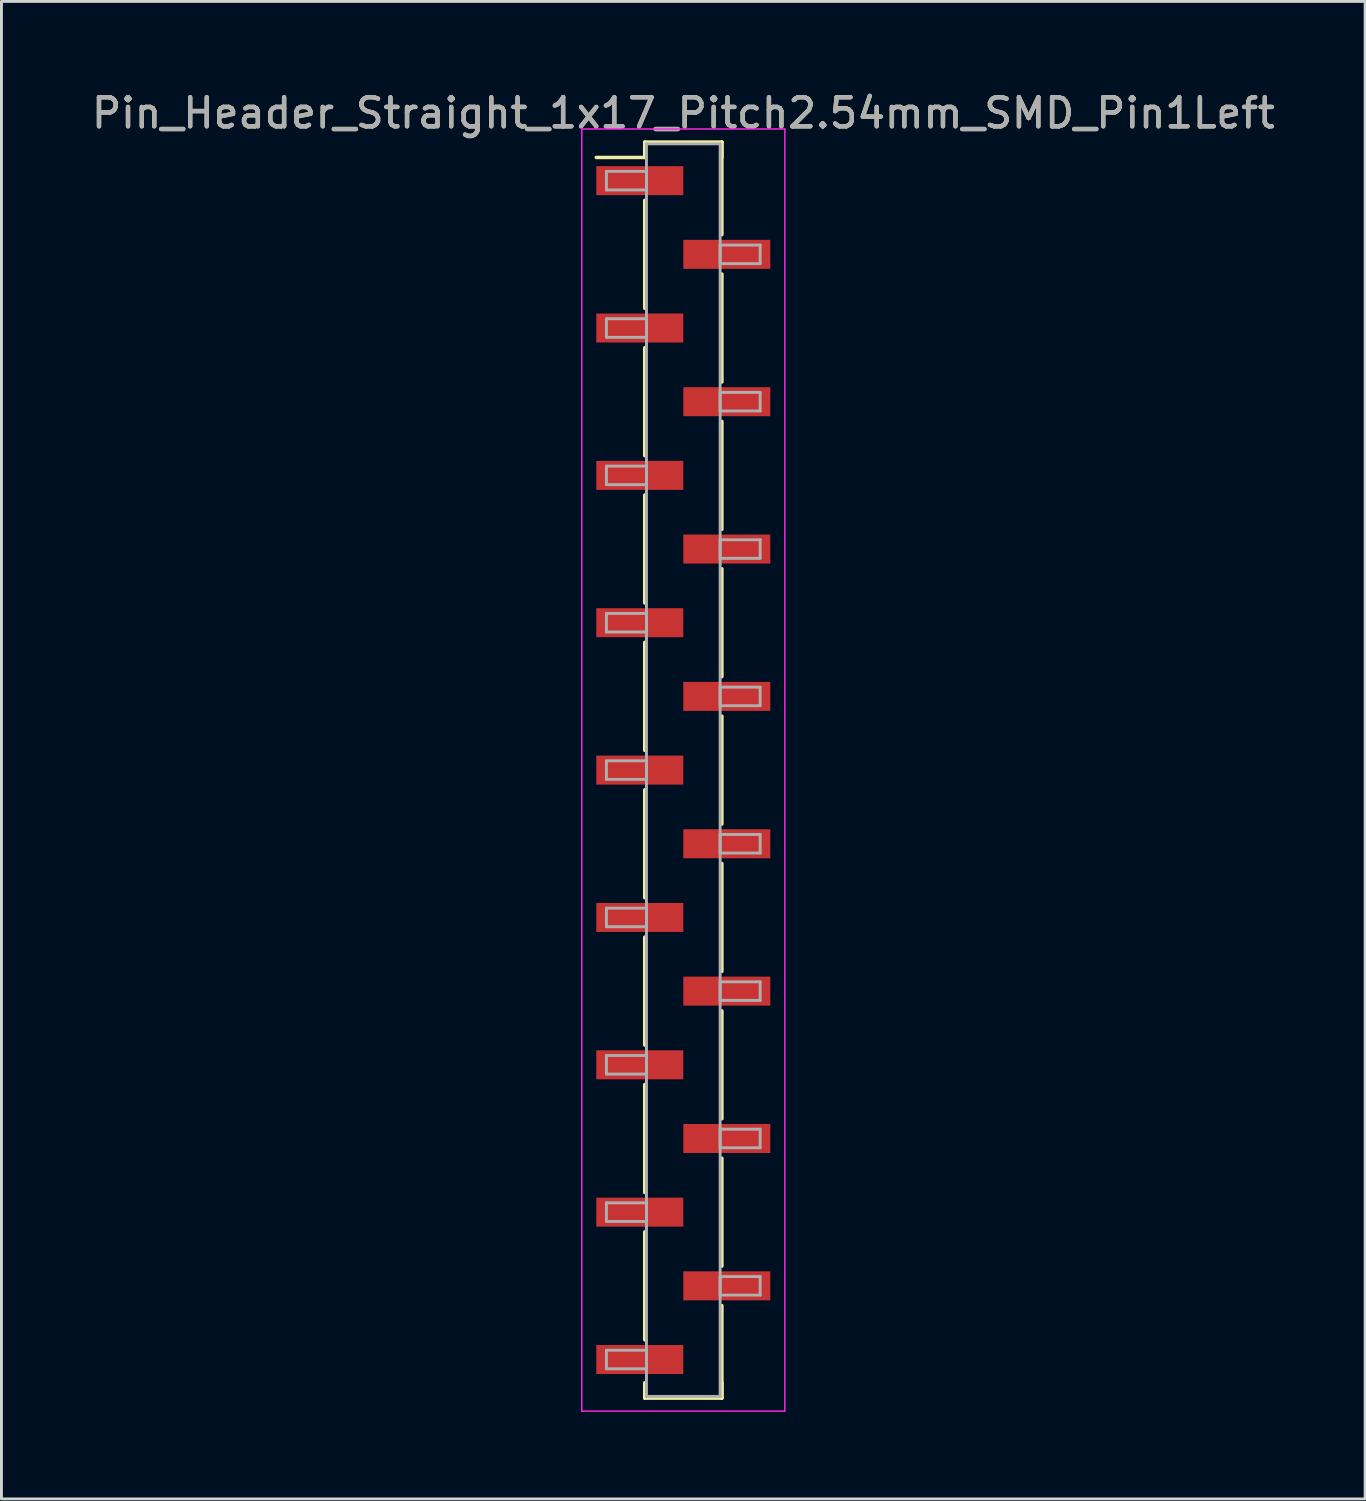
<source format=kicad_pcb>
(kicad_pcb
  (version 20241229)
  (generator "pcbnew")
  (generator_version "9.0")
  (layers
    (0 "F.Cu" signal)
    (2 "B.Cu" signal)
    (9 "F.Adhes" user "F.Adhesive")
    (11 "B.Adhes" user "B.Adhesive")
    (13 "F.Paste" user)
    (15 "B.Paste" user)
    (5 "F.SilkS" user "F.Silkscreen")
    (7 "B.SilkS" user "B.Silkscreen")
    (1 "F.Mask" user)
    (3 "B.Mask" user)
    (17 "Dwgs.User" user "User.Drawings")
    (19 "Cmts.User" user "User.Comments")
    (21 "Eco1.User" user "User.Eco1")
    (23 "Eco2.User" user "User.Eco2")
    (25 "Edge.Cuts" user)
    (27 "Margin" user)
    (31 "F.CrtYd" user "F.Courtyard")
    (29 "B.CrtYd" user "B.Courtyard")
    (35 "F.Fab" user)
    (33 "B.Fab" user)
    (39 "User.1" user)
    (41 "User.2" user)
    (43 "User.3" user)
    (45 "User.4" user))
  (footprint "Pin_Header_Straight_1x17_Pitch2.54mm_SMD_Pin1Left"
    (layer "F.Cu")
    (at 20.506 23.498)
    (property "Reference" "Pin_Header_Straight_1x17_Pitch2.54mm_SMD_Pin1Left" (at 0 -22.65 0) (layer "F.SilkS") (effects (font (size 1 1) (thickness 0.15))))
    (attr smd)
    (fp_line (start -1.33 -21.65) (end 1.33 -21.65) (stroke (width 0.12) (type solid)) (layer "F.SilkS"))
    (fp_line (start -1.33 -21.12) (end -3 -21.12) (stroke (width 0.12) (type solid)) (layer "F.SilkS"))
    (fp_line (start -1.33 -21.12) (end -1.33 -21.65) (stroke (width 0.12) (type solid)) (layer "F.SilkS"))
    (fp_line (start -1.33 -19.64) (end -1.33 -15.92) (stroke (width 0.12) (type solid)) (layer "F.SilkS"))
    (fp_line (start -1.33 -14.56) (end -1.33 -10.84) (stroke (width 0.12) (type solid)) (layer "F.SilkS"))
    (fp_line (start -1.33 -9.48) (end -1.33 -5.76) (stroke (width 0.12) (type solid)) (layer "F.SilkS"))
    (fp_line (start -1.33 -4.4) (end -1.33 -0.68) (stroke (width 0.12) (type solid)) (layer "F.SilkS"))
    (fp_line (start -1.33 0.68) (end -1.33 4.4) (stroke (width 0.12) (type solid)) (layer "F.SilkS"))
    (fp_line (start -1.33 5.76) (end -1.33 9.48) (stroke (width 0.12) (type solid)) (layer "F.SilkS"))
    (fp_line (start -1.33 10.84) (end -1.33 14.56) (stroke (width 0.12) (type solid)) (layer "F.SilkS"))
    (fp_line (start -1.33 15.92) (end -1.33 19.64) (stroke (width 0.12) (type solid)) (layer "F.SilkS"))
    (fp_line (start -1.33 21.12) (end -1.33 21.65) (stroke (width 0.12) (type solid)) (layer "F.SilkS"))
    (fp_line (start -1.33 21.65) (end 1.33 21.65) (stroke (width 0.12) (type solid)) (layer "F.SilkS"))
    (fp_line (start 1.33 -21.65) (end 1.33 -21.12) (stroke (width 0.12) (type solid)) (layer "F.SilkS"))
    (fp_line (start 1.33 -21.65) (end 1.33 -18.46) (stroke (width 0.12) (type solid)) (layer "F.SilkS"))
    (fp_line (start 1.33 -17.1) (end 1.33 -13.38) (stroke (width 0.12) (type solid)) (layer "F.SilkS"))
    (fp_line (start 1.33 -12.02) (end 1.33 -8.3) (stroke (width 0.12) (type solid)) (layer "F.SilkS"))
    (fp_line (start 1.33 -6.94) (end 1.33 -3.22) (stroke (width 0.12) (type solid)) (layer "F.SilkS"))
    (fp_line (start 1.33 -1.86) (end 1.33 1.86) (stroke (width 0.12) (type solid)) (layer "F.SilkS"))
    (fp_line (start 1.33 3.22) (end 1.33 6.94) (stroke (width 0.12) (type solid)) (layer "F.SilkS"))
    (fp_line (start 1.33 8.3) (end 1.33 12.02) (stroke (width 0.12) (type solid)) (layer "F.SilkS"))
    (fp_line (start 1.33 13.38) (end 1.33 17.1) (stroke (width 0.12) (type solid)) (layer "F.SilkS"))
    (fp_line (start 1.33 18.46) (end 1.33 21.65) (stroke (width 0.12) (type solid)) (layer "F.SilkS"))
    (fp_line (start 1.33 21.65) (end 1.33 21.12) (stroke (width 0.12) (type solid)) (layer "F.SilkS"))
    (fp_line (start -3.5 -22.1) (end -3.5 22.1) (stroke (width 0.05) (type solid)) (layer "F.CrtYd"))
    (fp_line (start -3.5 22.1) (end 3.5 22.1) (stroke (width 0.05) (type solid)) (layer "F.CrtYd"))
    (fp_line (start 3.5 -22.1) (end -3.5 -22.1) (stroke (width 0.05) (type solid)) (layer "F.CrtYd"))
    (fp_line (start 3.5 22.1) (end 3.5 -22.1) (stroke (width 0.05) (type solid)) (layer "F.CrtYd"))
    (fp_line (start -2.65 -20.64) (end -1.27 -20.64) (stroke (width 0.1) (type solid)) (layer "F.Fab"))
    (fp_line (start -2.65 -20) (end -2.65 -20.64) (stroke (width 0.1) (type solid)) (layer "F.Fab"))
    (fp_line (start -2.65 -15.56) (end -1.27 -15.56) (stroke (width 0.1) (type solid)) (layer "F.Fab"))
    (fp_line (start -2.65 -14.92) (end -2.65 -15.56) (stroke (width 0.1) (type solid)) (layer "F.Fab"))
    (fp_line (start -2.65 -10.48) (end -1.27 -10.48) (stroke (width 0.1) (type solid)) (layer "F.Fab"))
    (fp_line (start -2.65 -9.84) (end -2.65 -10.48) (stroke (width 0.1) (type solid)) (layer "F.Fab"))
    (fp_line (start -2.65 -5.4) (end -1.27 -5.4) (stroke (width 0.1) (type solid)) (layer "F.Fab"))
    (fp_line (start -2.65 -4.76) (end -2.65 -5.4) (stroke (width 0.1) (type solid)) (layer "F.Fab"))
    (fp_line (start -2.65 -0.32) (end -1.27 -0.32) (stroke (width 0.1) (type solid)) (layer "F.Fab"))
    (fp_line (start -2.65 0.32) (end -2.65 -0.32) (stroke (width 0.1) (type solid)) (layer "F.Fab"))
    (fp_line (start -2.65 4.76) (end -1.27 4.76) (stroke (width 0.1) (type solid)) (layer "F.Fab"))
    (fp_line (start -2.65 5.4) (end -2.65 4.76) (stroke (width 0.1) (type solid)) (layer "F.Fab"))
    (fp_line (start -2.65 9.84) (end -1.27 9.84) (stroke (width 0.1) (type solid)) (layer "F.Fab"))
    (fp_line (start -2.65 10.48) (end -2.65 9.84) (stroke (width 0.1) (type solid)) (layer "F.Fab"))
    (fp_line (start -2.65 14.92) (end -1.27 14.92) (stroke (width 0.1) (type solid)) (layer "F.Fab"))
    (fp_line (start -2.65 15.56) (end -2.65 14.92) (stroke (width 0.1) (type solid)) (layer "F.Fab"))
    (fp_line (start -2.65 20) (end -1.27 20) (stroke (width 0.1) (type solid)) (layer "F.Fab"))
    (fp_line (start -2.65 20.64) (end -2.65 20) (stroke (width 0.1) (type solid)) (layer "F.Fab"))
    (fp_line (start -1.27 -21.59) (end -1.27 21.59) (stroke (width 0.1) (type solid)) (layer "F.Fab"))
    (fp_line (start -1.27 -20.64) (end -1.27 -20) (stroke (width 0.1) (type solid)) (layer "F.Fab"))
    (fp_line (start -1.27 -20) (end -2.65 -20) (stroke (width 0.1) (type solid)) (layer "F.Fab"))
    (fp_line (start -1.27 -15.56) (end -1.27 -14.92) (stroke (width 0.1) (type solid)) (layer "F.Fab"))
    (fp_line (start -1.27 -14.92) (end -2.65 -14.92) (stroke (width 0.1) (type solid)) (layer "F.Fab"))
    (fp_line (start -1.27 -10.48) (end -1.27 -9.84) (stroke (width 0.1) (type solid)) (layer "F.Fab"))
    (fp_line (start -1.27 -9.84) (end -2.65 -9.84) (stroke (width 0.1) (type solid)) (layer "F.Fab"))
    (fp_line (start -1.27 -5.4) (end -1.27 -4.76) (stroke (width 0.1) (type solid)) (layer "F.Fab"))
    (fp_line (start -1.27 -4.76) (end -2.65 -4.76) (stroke (width 0.1) (type solid)) (layer "F.Fab"))
    (fp_line (start -1.27 -0.32) (end -1.27 0.32) (stroke (width 0.1) (type solid)) (layer "F.Fab"))
    (fp_line (start -1.27 0.32) (end -2.65 0.32) (stroke (width 0.1) (type solid)) (layer "F.Fab"))
    (fp_line (start -1.27 4.76) (end -1.27 5.4) (stroke (width 0.1) (type solid)) (layer "F.Fab"))
    (fp_line (start -1.27 5.4) (end -2.65 5.4) (stroke (width 0.1) (type solid)) (layer "F.Fab"))
    (fp_line (start -1.27 9.84) (end -1.27 10.48) (stroke (width 0.1) (type solid)) (layer "F.Fab"))
    (fp_line (start -1.27 10.48) (end -2.65 10.48) (stroke (width 0.1) (type solid)) (layer "F.Fab"))
    (fp_line (start -1.27 14.92) (end -1.27 15.56) (stroke (width 0.1) (type solid)) (layer "F.Fab"))
    (fp_line (start -1.27 15.56) (end -2.65 15.56) (stroke (width 0.1) (type solid)) (layer "F.Fab"))
    (fp_line (start -1.27 20) (end -1.27 20.64) (stroke (width 0.1) (type solid)) (layer "F.Fab"))
    (fp_line (start -1.27 20.64) (end -2.65 20.64) (stroke (width 0.1) (type solid)) (layer "F.Fab"))
    (fp_line (start -1.27 21.59) (end 1.27 21.59) (stroke (width 0.1) (type solid)) (layer "F.Fab"))
    (fp_line (start 1.27 -21.59) (end -1.27 -21.59) (stroke (width 0.1) (type solid)) (layer "F.Fab"))
    (fp_line (start 1.27 -18.1) (end 1.27 -17.46) (stroke (width 0.1) (type solid)) (layer "F.Fab"))
    (fp_line (start 1.27 -17.46) (end 2.65 -17.46) (stroke (width 0.1) (type solid)) (layer "F.Fab"))
    (fp_line (start 1.27 -13.02) (end 1.27 -12.38) (stroke (width 0.1) (type solid)) (layer "F.Fab"))
    (fp_line (start 1.27 -12.38) (end 2.65 -12.38) (stroke (width 0.1) (type solid)) (layer "F.Fab"))
    (fp_line (start 1.27 -7.94) (end 1.27 -7.3) (stroke (width 0.1) (type solid)) (layer "F.Fab"))
    (fp_line (start 1.27 -7.3) (end 2.65 -7.3) (stroke (width 0.1) (type solid)) (layer "F.Fab"))
    (fp_line (start 1.27 -2.86) (end 1.27 -2.22) (stroke (width 0.1) (type solid)) (layer "F.Fab"))
    (fp_line (start 1.27 -2.22) (end 2.65 -2.22) (stroke (width 0.1) (type solid)) (layer "F.Fab"))
    (fp_line (start 1.27 2.22) (end 1.27 2.86) (stroke (width 0.1) (type solid)) (layer "F.Fab"))
    (fp_line (start 1.27 2.86) (end 2.65 2.86) (stroke (width 0.1) (type solid)) (layer "F.Fab"))
    (fp_line (start 1.27 7.3) (end 1.27 7.94) (stroke (width 0.1) (type solid)) (layer "F.Fab"))
    (fp_line (start 1.27 7.94) (end 2.65 7.94) (stroke (width 0.1) (type solid)) (layer "F.Fab"))
    (fp_line (start 1.27 12.38) (end 1.27 13.02) (stroke (width 0.1) (type solid)) (layer "F.Fab"))
    (fp_line (start 1.27 13.02) (end 2.65 13.02) (stroke (width 0.1) (type solid)) (layer "F.Fab"))
    (fp_line (start 1.27 17.46) (end 1.27 18.1) (stroke (width 0.1) (type solid)) (layer "F.Fab"))
    (fp_line (start 1.27 18.1) (end 2.65 18.1) (stroke (width 0.1) (type solid)) (layer "F.Fab"))
    (fp_line (start 1.27 21.59) (end 1.27 -21.59) (stroke (width 0.1) (type solid)) (layer "F.Fab"))
    (fp_line (start 2.65 -18.1) (end 1.27 -18.1) (stroke (width 0.1) (type solid)) (layer "F.Fab"))
    (fp_line (start 2.65 -17.46) (end 2.65 -18.1) (stroke (width 0.1) (type solid)) (layer "F.Fab"))
    (fp_line (start 2.65 -13.02) (end 1.27 -13.02) (stroke (width 0.1) (type solid)) (layer "F.Fab"))
    (fp_line (start 2.65 -12.38) (end 2.65 -13.02) (stroke (width 0.1) (type solid)) (layer "F.Fab"))
    (fp_line (start 2.65 -7.94) (end 1.27 -7.94) (stroke (width 0.1) (type solid)) (layer "F.Fab"))
    (fp_line (start 2.65 -7.3) (end 2.65 -7.94) (stroke (width 0.1) (type solid)) (layer "F.Fab"))
    (fp_line (start 2.65 -2.86) (end 1.27 -2.86) (stroke (width 0.1) (type solid)) (layer "F.Fab"))
    (fp_line (start 2.65 -2.22) (end 2.65 -2.86) (stroke (width 0.1) (type solid)) (layer "F.Fab"))
    (fp_line (start 2.65 2.22) (end 1.27 2.22) (stroke (width 0.1) (type solid)) (layer "F.Fab"))
    (fp_line (start 2.65 2.86) (end 2.65 2.22) (stroke (width 0.1) (type solid)) (layer "F.Fab"))
    (fp_line (start 2.65 7.3) (end 1.27 7.3) (stroke (width 0.1) (type solid)) (layer "F.Fab"))
    (fp_line (start 2.65 7.94) (end 2.65 7.3) (stroke (width 0.1) (type solid)) (layer "F.Fab"))
    (fp_line (start 2.65 12.38) (end 1.27 12.38) (stroke (width 0.1) (type solid)) (layer "F.Fab"))
    (fp_line (start 2.65 13.02) (end 2.65 12.38) (stroke (width 0.1) (type solid)) (layer "F.Fab"))
    (fp_line (start 2.65 17.46) (end 1.27 17.46) (stroke (width 0.1) (type solid)) (layer "F.Fab"))
    (fp_line (start 2.65 18.1) (end 2.65 17.46) (stroke (width 0.1) (type solid)) (layer "F.Fab"))
    (fp_text user "${REFERENCE}" (at 0 -22.65 0) (layer "F.Fab") (effects (font (size 1 1) (thickness 0.15))))
    (pad "1" smd rect (at -1.5 -20.32) (size 3 1) (layers "F.Cu" "F.Mask" "F.Paste"))
    (pad "2" smd rect (at 1.5 -17.78) (size 3 1) (layers "F.Cu" "F.Mask" "F.Paste"))
    (pad "3" smd rect (at -1.5 -15.24) (size 3 1) (layers "F.Cu" "F.Mask" "F.Paste"))
    (pad "4" smd rect (at 1.5 -12.7) (size 3 1) (layers "F.Cu" "F.Mask" "F.Paste"))
    (pad "5" smd rect (at -1.5 -10.16) (size 3 1) (layers "F.Cu" "F.Mask" "F.Paste"))
    (pad "6" smd rect (at 1.5 -7.62) (size 3 1) (layers "F.Cu" "F.Mask" "F.Paste"))
    (pad "7" smd rect (at -1.5 -5.08) (size 3 1) (layers "F.Cu" "F.Mask" "F.Paste"))
    (pad "8" smd rect (at 1.5 -2.54) (size 3 1) (layers "F.Cu" "F.Mask" "F.Paste"))
    (pad "9" smd rect (at -1.5 0) (size 3 1) (layers "F.Cu" "F.Mask" "F.Paste"))
    (pad "10" smd rect (at 1.5 2.54) (size 3 1) (layers "F.Cu" "F.Mask" "F.Paste"))
    (pad "11" smd rect (at -1.5 5.08) (size 3 1) (layers "F.Cu" "F.Mask" "F.Paste"))
    (pad "12" smd rect (at 1.5 7.62) (size 3 1) (layers "F.Cu" "F.Mask" "F.Paste"))
    (pad "13" smd rect (at -1.5 10.16) (size 3 1) (layers "F.Cu" "F.Mask" "F.Paste"))
    (pad "14" smd rect (at 1.5 12.7) (size 3 1) (layers "F.Cu" "F.Mask" "F.Paste"))
    (pad "15" smd rect (at -1.5 15.24) (size 3 1) (layers "F.Cu" "F.Mask" "F.Paste"))
    (pad "16" smd rect (at 1.5 17.78) (size 3 1) (layers "F.Cu" "F.Mask" "F.Paste"))
    (pad "17" smd rect (at -1.5 20.32) (size 3 1) (layers "F.Cu" "F.Mask" "F.Paste")))
  (gr_rect
    (start -3 -3)
    (end 44.012 48.623)
    (stroke (width 0.1) (type default))
    (fill no)
    (layer "Edge.Cuts")))
</source>
